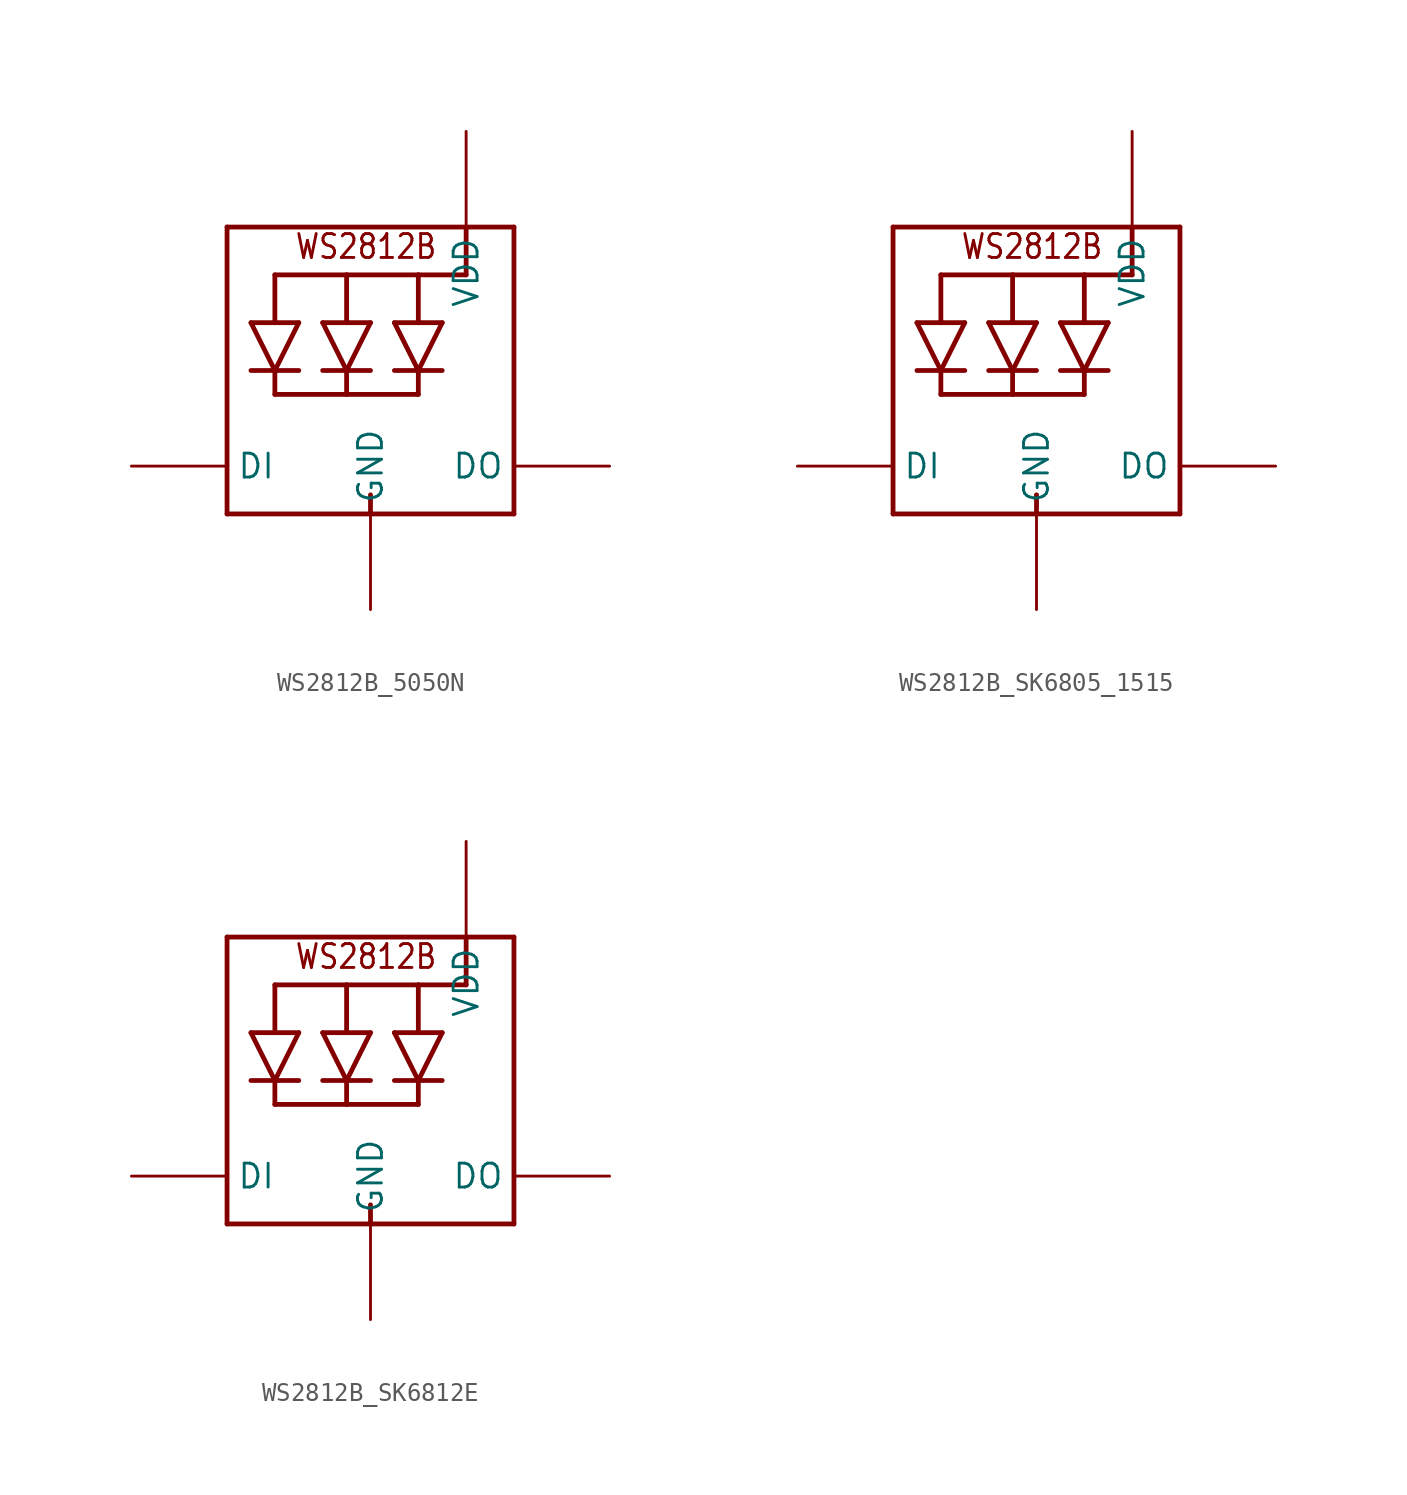
<source format=kicad_sym>
(kicad_symbol_lib
  (version 20231120)
  (generator "kicad_symbol_editor")
  (generator_version "8.0")
  (symbol "WS2812B_5050N"
    (property "Reference" "LED"
      (at 0 0 0)
      (effects (font (size 1.27 1.27)) (hide yes)))
    (property "ki_locked" ""
      (at 0 0 0)
      (effects (font (size 1.27 1.27))))
    (symbol "WS2812B_5050N_1_0"
      (polyline (pts (xy -7.62 -5.08) (xy 0 -5.08)) (stroke (width 0.254) (type solid)) (fill (type none)))
      (polyline (pts (xy -7.62 10.16) (xy -7.62 -5.08)) (stroke (width 0.254) (type solid)) (fill (type none)))
      (polyline (pts (xy -6.35 2.54) (xy -5.08 2.54)) (stroke (width 0.254) (type solid)) (fill (type none)))
      (polyline (pts (xy -6.35 5.08) (xy -5.08 5.08)) (stroke (width 0.254) (type solid)) (fill (type none)))
      (polyline (pts (xy -5.08 2.54) (xy -6.35 5.08)) (stroke (width 0.254) (type solid)) (fill (type none)))
      (polyline (pts (xy -5.08 2.54) (xy -5.08 1.27)) (stroke (width 0.254) (type solid)) (fill (type none)))
      (polyline (pts (xy -5.08 2.54) (xy -3.81 5.08)) (stroke (width 0.254) (type solid)) (fill (type none)))
      (polyline (pts (xy -5.08 5.08) (xy -3.81 5.08)) (stroke (width 0.254) (type solid)) (fill (type none)))
      (polyline (pts (xy -5.08 7.62) (xy -5.08 5.08)) (stroke (width 0.254) (type solid)) (fill (type none)))
      (polyline (pts (xy -3.81 2.54) (xy -5.08 2.54)) (stroke (width 0.254) (type solid)) (fill (type none)))
      (polyline (pts (xy -2.54 2.54) (xy -1.27 2.54)) (stroke (width 0.254) (type solid)) (fill (type none)))
      (polyline (pts (xy -2.54 5.08) (xy 0 5.08)) (stroke (width 0.254) (type solid)) (fill (type none)))
      (polyline (pts (xy -1.27 1.27) (xy -5.08 1.27)) (stroke (width 0.254) (type solid)) (fill (type none)))
      (polyline (pts (xy -1.27 2.54) (xy -2.54 5.08)) (stroke (width 0.254) (type solid)) (fill (type none)))
      (polyline (pts (xy -1.27 2.54) (xy -1.27 1.27)) (stroke (width 0.254) (type solid)) (fill (type none)))
      (polyline (pts (xy -1.27 2.54) (xy 0 2.54)) (stroke (width 0.254) (type solid)) (fill (type none)))
      (polyline (pts (xy -1.27 5.08) (xy -1.27 7.62)) (stroke (width 0.254) (type solid)) (fill (type none)))
      (polyline (pts (xy -1.27 7.62) (xy -5.08 7.62)) (stroke (width 0.254) (type solid)) (fill (type none)))
      (polyline (pts (xy 0 -5.08) (xy 7.62 -5.08)) (stroke (width 0.254) (type solid)) (fill (type none)))
      (polyline (pts (xy 0 -4.064) (xy 0 -5.08)) (stroke (width 0.254) (type solid)) (fill (type none)))
      (polyline (pts (xy 0 5.08) (xy -1.27 2.54)) (stroke (width 0.254) (type solid)) (fill (type none)))
      (polyline (pts (xy 1.27 5.08) (xy 2.54 2.54)) (stroke (width 0.254) (type solid)) (fill (type none)))
      (polyline (pts (xy 1.27 5.08) (xy 2.54 5.08)) (stroke (width 0.254) (type solid)) (fill (type none)))
      (polyline (pts (xy 2.54 1.27) (xy -1.27 1.27)) (stroke (width 0.254) (type solid)) (fill (type none)))
      (polyline (pts (xy 2.54 2.54) (xy 1.27 2.54)) (stroke (width 0.254) (type solid)) (fill (type none)))
      (polyline (pts (xy 2.54 2.54) (xy 2.54 1.27)) (stroke (width 0.254) (type solid)) (fill (type none)))
      (polyline (pts (xy 2.54 2.54) (xy 3.81 2.54)) (stroke (width 0.254) (type solid)) (fill (type none)))
      (polyline (pts (xy 2.54 2.54) (xy 3.81 5.08)) (stroke (width 0.254) (type solid)) (fill (type none)))
      (polyline (pts (xy 2.54 5.08) (xy 2.54 7.62)) (stroke (width 0.254) (type solid)) (fill (type none)))
      (polyline (pts (xy 2.54 7.62) (xy -1.27 7.62)) (stroke (width 0.254) (type solid)) (fill (type none)))
      (polyline (pts (xy 2.54 7.62) (xy 5.08 7.62)) (stroke (width 0.254) (type solid)) (fill (type none)))
      (polyline (pts (xy 3.81 5.08) (xy 2.54 5.08)) (stroke (width 0.254) (type solid)) (fill (type none)))
      (polyline (pts (xy 5.08 10.16) (xy -7.62 10.16)) (stroke (width 0.254) (type solid)) (fill (type none)))
      (polyline (pts (xy 5.08 10.16) (xy 5.08 7.62)) (stroke (width 0.254) (type solid)) (fill (type none)))
      (polyline (pts (xy 7.62 -5.08) (xy 7.62 10.16)) (stroke (width 0.254) (type solid)) (fill (type none)))
      (polyline (pts (xy 7.62 10.16) (xy 5.08 10.16)) (stroke (width 0.254) (type solid)) (fill (type none)))
      (text "WS2812B" (at -4.064 8.382 0) (effects (font (size 1.27 1.079)) (justify left bottom)))
      (pin power_in line (at 5.08 15.24 270) (length 5.08) (name "VDD" (effects (font (size 1.27 1.27)))) (number "1-VDD" (effects (font (size 0 0)))))
      (pin output line (at 12.7 -2.54 180) (length 5.08) (name "DO" (effects (font (size 1.27 1.27)))) (number "2-DOUT" (effects (font (size 0 0)))))
      (pin power_in line (at 0 -10.16 90) (length 5.08) (name "GND" (effects (font (size 1.27 1.27)))) (number "3-GND" (effects (font (size 0 0)))))
      (pin input line (at -12.7 -2.54 0) (length 5.08) (name "DI" (effects (font (size 1.27 1.27)))) (number "4-DIN" (effects (font (size 0 0)))))))
  (symbol "WS2812B_SK6805_1515"
    (property "Reference" "LED"
      (at 0 0 0)
      (effects (font (size 1.27 1.27)) (hide yes)))
    (property "ki_locked" ""
      (at 0 0 0)
      (effects (font (size 1.27 1.27))))
    (symbol "WS2812B_SK6805_1515_1_0"
      (polyline (pts (xy -7.62 -5.08) (xy 0 -5.08)) (stroke (width 0.254) (type solid)) (fill (type none)))
      (polyline (pts (xy -7.62 10.16) (xy -7.62 -5.08)) (stroke (width 0.254) (type solid)) (fill (type none)))
      (polyline (pts (xy -6.35 2.54) (xy -5.08 2.54)) (stroke (width 0.254) (type solid)) (fill (type none)))
      (polyline (pts (xy -6.35 5.08) (xy -5.08 5.08)) (stroke (width 0.254) (type solid)) (fill (type none)))
      (polyline (pts (xy -5.08 2.54) (xy -6.35 5.08)) (stroke (width 0.254) (type solid)) (fill (type none)))
      (polyline (pts (xy -5.08 2.54) (xy -5.08 1.27)) (stroke (width 0.254) (type solid)) (fill (type none)))
      (polyline (pts (xy -5.08 2.54) (xy -3.81 5.08)) (stroke (width 0.254) (type solid)) (fill (type none)))
      (polyline (pts (xy -5.08 5.08) (xy -3.81 5.08)) (stroke (width 0.254) (type solid)) (fill (type none)))
      (polyline (pts (xy -5.08 7.62) (xy -5.08 5.08)) (stroke (width 0.254) (type solid)) (fill (type none)))
      (polyline (pts (xy -3.81 2.54) (xy -5.08 2.54)) (stroke (width 0.254) (type solid)) (fill (type none)))
      (polyline (pts (xy -2.54 2.54) (xy -1.27 2.54)) (stroke (width 0.254) (type solid)) (fill (type none)))
      (polyline (pts (xy -2.54 5.08) (xy 0 5.08)) (stroke (width 0.254) (type solid)) (fill (type none)))
      (polyline (pts (xy -1.27 1.27) (xy -5.08 1.27)) (stroke (width 0.254) (type solid)) (fill (type none)))
      (polyline (pts (xy -1.27 2.54) (xy -2.54 5.08)) (stroke (width 0.254) (type solid)) (fill (type none)))
      (polyline (pts (xy -1.27 2.54) (xy -1.27 1.27)) (stroke (width 0.254) (type solid)) (fill (type none)))
      (polyline (pts (xy -1.27 2.54) (xy 0 2.54)) (stroke (width 0.254) (type solid)) (fill (type none)))
      (polyline (pts (xy -1.27 5.08) (xy -1.27 7.62)) (stroke (width 0.254) (type solid)) (fill (type none)))
      (polyline (pts (xy -1.27 7.62) (xy -5.08 7.62)) (stroke (width 0.254) (type solid)) (fill (type none)))
      (polyline (pts (xy 0 -5.08) (xy 7.62 -5.08)) (stroke (width 0.254) (type solid)) (fill (type none)))
      (polyline (pts (xy 0 -4.064) (xy 0 -5.08)) (stroke (width 0.254) (type solid)) (fill (type none)))
      (polyline (pts (xy 0 5.08) (xy -1.27 2.54)) (stroke (width 0.254) (type solid)) (fill (type none)))
      (polyline (pts (xy 1.27 5.08) (xy 2.54 2.54)) (stroke (width 0.254) (type solid)) (fill (type none)))
      (polyline (pts (xy 1.27 5.08) (xy 2.54 5.08)) (stroke (width 0.254) (type solid)) (fill (type none)))
      (polyline (pts (xy 2.54 1.27) (xy -1.27 1.27)) (stroke (width 0.254) (type solid)) (fill (type none)))
      (polyline (pts (xy 2.54 2.54) (xy 1.27 2.54)) (stroke (width 0.254) (type solid)) (fill (type none)))
      (polyline (pts (xy 2.54 2.54) (xy 2.54 1.27)) (stroke (width 0.254) (type solid)) (fill (type none)))
      (polyline (pts (xy 2.54 2.54) (xy 3.81 2.54)) (stroke (width 0.254) (type solid)) (fill (type none)))
      (polyline (pts (xy 2.54 2.54) (xy 3.81 5.08)) (stroke (width 0.254) (type solid)) (fill (type none)))
      (polyline (pts (xy 2.54 5.08) (xy 2.54 7.62)) (stroke (width 0.254) (type solid)) (fill (type none)))
      (polyline (pts (xy 2.54 7.62) (xy -1.27 7.62)) (stroke (width 0.254) (type solid)) (fill (type none)))
      (polyline (pts (xy 2.54 7.62) (xy 5.08 7.62)) (stroke (width 0.254) (type solid)) (fill (type none)))
      (polyline (pts (xy 3.81 5.08) (xy 2.54 5.08)) (stroke (width 0.254) (type solid)) (fill (type none)))
      (polyline (pts (xy 5.08 10.16) (xy -7.62 10.16)) (stroke (width 0.254) (type solid)) (fill (type none)))
      (polyline (pts (xy 5.08 10.16) (xy 5.08 7.62)) (stroke (width 0.254) (type solid)) (fill (type none)))
      (polyline (pts (xy 7.62 -5.08) (xy 7.62 10.16)) (stroke (width 0.254) (type solid)) (fill (type none)))
      (polyline (pts (xy 7.62 10.16) (xy 5.08 10.16)) (stroke (width 0.254) (type solid)) (fill (type none)))
      (text "WS2812B" (at -4.064 8.382 0) (effects (font (size 1.27 1.079)) (justify left bottom)))
      (pin input line (at -12.7 -2.54 0) (length 5.08) (name "DI" (effects (font (size 1.27 1.27)))) (number "1" (effects (font (size 0 0)))))
      (pin power_in line (at 5.08 15.24 270) (length 5.08) (name "VDD" (effects (font (size 1.27 1.27)))) (number "2" (effects (font (size 0 0)))))
      (pin output line (at 12.7 -2.54 180) (length 5.08) (name "DO" (effects (font (size 1.27 1.27)))) (number "3" (effects (font (size 0 0)))))
      (pin power_in line (at 0 -10.16 90) (length 5.08) (name "GND" (effects (font (size 1.27 1.27)))) (number "4" (effects (font (size 0 0)))))))
  (symbol "WS2812B_SK6812E"
    (property "Reference" "LED"
      (at 0 0 0)
      (effects (font (size 1.27 1.27)) (hide yes)))
    (property "ki_locked" ""
      (at 0 0 0)
      (effects (font (size 1.27 1.27))))
    (symbol "WS2812B_SK6812E_1_0"
      (polyline (pts (xy -7.62 -5.08) (xy 0 -5.08)) (stroke (width 0.254) (type solid)) (fill (type none)))
      (polyline (pts (xy -7.62 10.16) (xy -7.62 -5.08)) (stroke (width 0.254) (type solid)) (fill (type none)))
      (polyline (pts (xy -6.35 2.54) (xy -5.08 2.54)) (stroke (width 0.254) (type solid)) (fill (type none)))
      (polyline (pts (xy -6.35 5.08) (xy -5.08 5.08)) (stroke (width 0.254) (type solid)) (fill (type none)))
      (polyline (pts (xy -5.08 2.54) (xy -6.35 5.08)) (stroke (width 0.254) (type solid)) (fill (type none)))
      (polyline (pts (xy -5.08 2.54) (xy -5.08 1.27)) (stroke (width 0.254) (type solid)) (fill (type none)))
      (polyline (pts (xy -5.08 2.54) (xy -3.81 5.08)) (stroke (width 0.254) (type solid)) (fill (type none)))
      (polyline (pts (xy -5.08 5.08) (xy -3.81 5.08)) (stroke (width 0.254) (type solid)) (fill (type none)))
      (polyline (pts (xy -5.08 7.62) (xy -5.08 5.08)) (stroke (width 0.254) (type solid)) (fill (type none)))
      (polyline (pts (xy -3.81 2.54) (xy -5.08 2.54)) (stroke (width 0.254) (type solid)) (fill (type none)))
      (polyline (pts (xy -2.54 2.54) (xy -1.27 2.54)) (stroke (width 0.254) (type solid)) (fill (type none)))
      (polyline (pts (xy -2.54 5.08) (xy 0 5.08)) (stroke (width 0.254) (type solid)) (fill (type none)))
      (polyline (pts (xy -1.27 1.27) (xy -5.08 1.27)) (stroke (width 0.254) (type solid)) (fill (type none)))
      (polyline (pts (xy -1.27 2.54) (xy -2.54 5.08)) (stroke (width 0.254) (type solid)) (fill (type none)))
      (polyline (pts (xy -1.27 2.54) (xy -1.27 1.27)) (stroke (width 0.254) (type solid)) (fill (type none)))
      (polyline (pts (xy -1.27 2.54) (xy 0 2.54)) (stroke (width 0.254) (type solid)) (fill (type none)))
      (polyline (pts (xy -1.27 5.08) (xy -1.27 7.62)) (stroke (width 0.254) (type solid)) (fill (type none)))
      (polyline (pts (xy -1.27 7.62) (xy -5.08 7.62)) (stroke (width 0.254) (type solid)) (fill (type none)))
      (polyline (pts (xy 0 -5.08) (xy 7.62 -5.08)) (stroke (width 0.254) (type solid)) (fill (type none)))
      (polyline (pts (xy 0 -4.064) (xy 0 -5.08)) (stroke (width 0.254) (type solid)) (fill (type none)))
      (polyline (pts (xy 0 5.08) (xy -1.27 2.54)) (stroke (width 0.254) (type solid)) (fill (type none)))
      (polyline (pts (xy 1.27 5.08) (xy 2.54 2.54)) (stroke (width 0.254) (type solid)) (fill (type none)))
      (polyline (pts (xy 1.27 5.08) (xy 2.54 5.08)) (stroke (width 0.254) (type solid)) (fill (type none)))
      (polyline (pts (xy 2.54 1.27) (xy -1.27 1.27)) (stroke (width 0.254) (type solid)) (fill (type none)))
      (polyline (pts (xy 2.54 2.54) (xy 1.27 2.54)) (stroke (width 0.254) (type solid)) (fill (type none)))
      (polyline (pts (xy 2.54 2.54) (xy 2.54 1.27)) (stroke (width 0.254) (type solid)) (fill (type none)))
      (polyline (pts (xy 2.54 2.54) (xy 3.81 2.54)) (stroke (width 0.254) (type solid)) (fill (type none)))
      (polyline (pts (xy 2.54 2.54) (xy 3.81 5.08)) (stroke (width 0.254) (type solid)) (fill (type none)))
      (polyline (pts (xy 2.54 5.08) (xy 2.54 7.62)) (stroke (width 0.254) (type solid)) (fill (type none)))
      (polyline (pts (xy 2.54 7.62) (xy -1.27 7.62)) (stroke (width 0.254) (type solid)) (fill (type none)))
      (polyline (pts (xy 2.54 7.62) (xy 5.08 7.62)) (stroke (width 0.254) (type solid)) (fill (type none)))
      (polyline (pts (xy 3.81 5.08) (xy 2.54 5.08)) (stroke (width 0.254) (type solid)) (fill (type none)))
      (polyline (pts (xy 5.08 10.16) (xy -7.62 10.16)) (stroke (width 0.254) (type solid)) (fill (type none)))
      (polyline (pts (xy 5.08 10.16) (xy 5.08 7.62)) (stroke (width 0.254) (type solid)) (fill (type none)))
      (polyline (pts (xy 7.62 -5.08) (xy 7.62 10.16)) (stroke (width 0.254) (type solid)) (fill (type none)))
      (polyline (pts (xy 7.62 10.16) (xy 5.08 10.16)) (stroke (width 0.254) (type solid)) (fill (type none)))
      (text "WS2812B" (at -4.064 8.382 0) (effects (font (size 1.27 1.079)) (justify left bottom)))
      (pin power_in line (at 5.08 15.24 270) (length 5.08) (name "VDD" (effects (font (size 1.27 1.27)))) (number "1-VDD" (effects (font (size 0 0)))))
      (pin output line (at 12.7 -2.54 180) (length 5.08) (name "DO" (effects (font (size 1.27 1.27)))) (number "2-DOUT" (effects (font (size 0 0)))))
      (pin power_in line (at 0 -10.16 90) (length 5.08) (name "GND" (effects (font (size 1.27 1.27)))) (number "3-GND" (effects (font (size 0 0)))))
      (pin input line (at -12.7 -2.54 0) (length 5.08) (name "DI" (effects (font (size 1.27 1.27)))) (number "4-DIN" (effects (font (size 0 0))))))))
</source>
